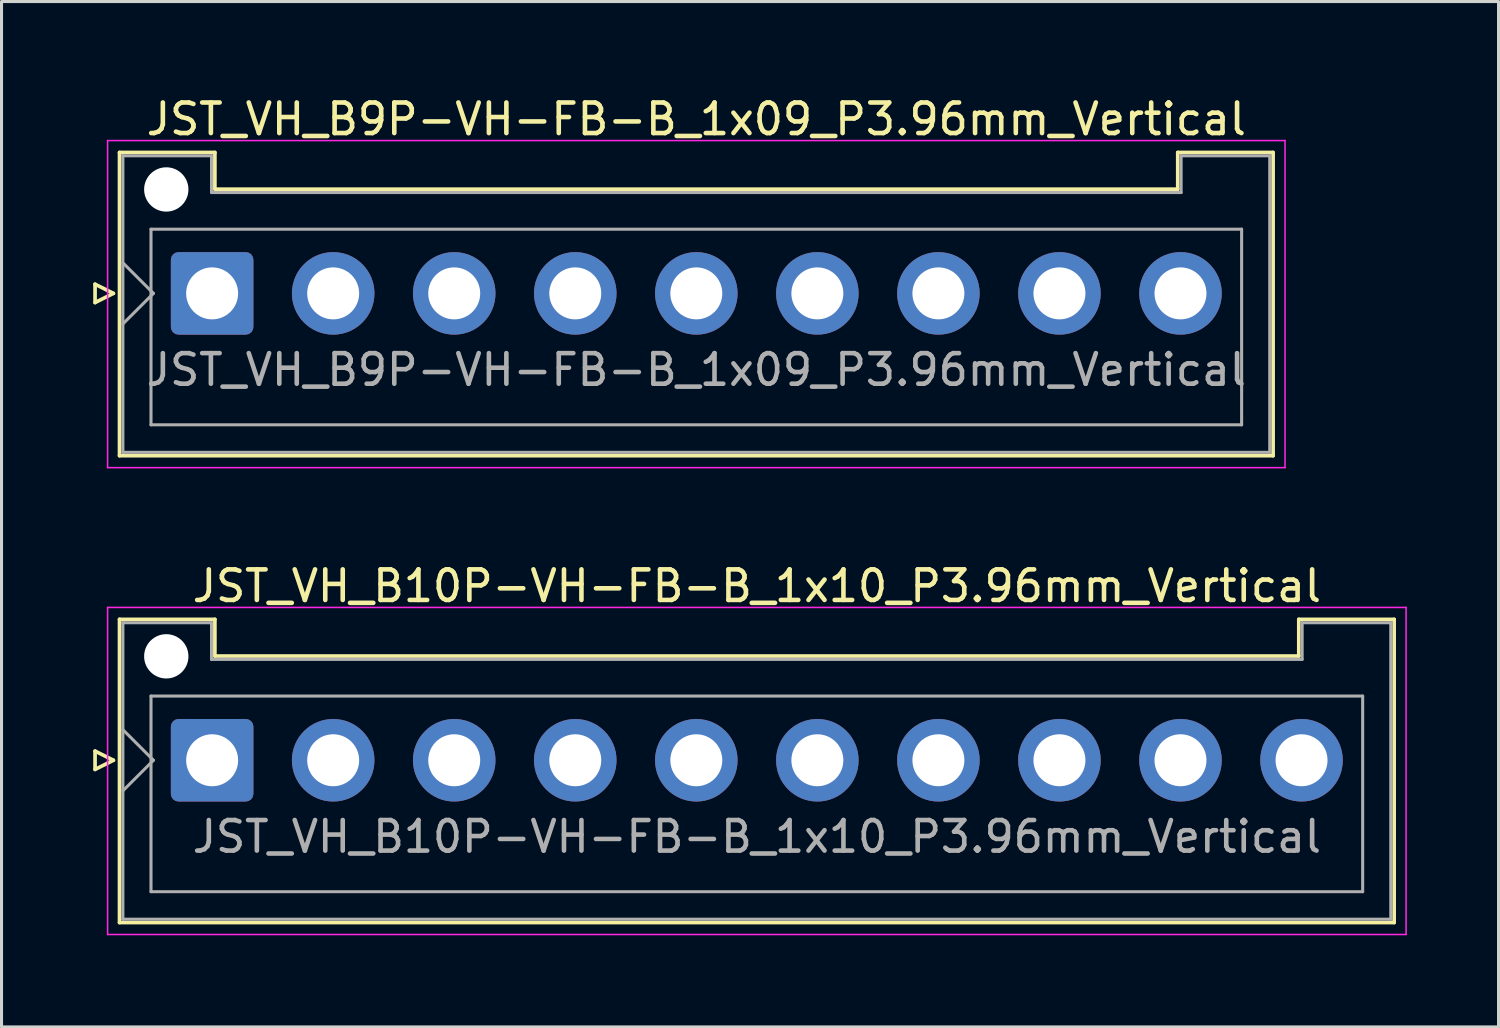
<source format=kicad_pcb>
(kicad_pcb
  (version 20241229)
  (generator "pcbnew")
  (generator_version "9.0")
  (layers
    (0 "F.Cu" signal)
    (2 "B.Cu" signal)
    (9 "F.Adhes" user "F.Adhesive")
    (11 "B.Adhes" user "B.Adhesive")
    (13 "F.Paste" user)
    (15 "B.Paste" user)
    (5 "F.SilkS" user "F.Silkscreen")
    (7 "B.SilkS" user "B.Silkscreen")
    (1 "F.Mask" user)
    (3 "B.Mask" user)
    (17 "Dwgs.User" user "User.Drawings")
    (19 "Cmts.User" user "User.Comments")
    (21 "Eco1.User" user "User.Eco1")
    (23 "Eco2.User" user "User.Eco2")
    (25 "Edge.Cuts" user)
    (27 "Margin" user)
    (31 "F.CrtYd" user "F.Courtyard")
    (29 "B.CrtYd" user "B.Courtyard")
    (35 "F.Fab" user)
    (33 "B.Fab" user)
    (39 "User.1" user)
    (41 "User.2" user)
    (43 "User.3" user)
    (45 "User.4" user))
  (footprint "JST_VH_B9P-VH-FB-B_1x09_P3.96mm_Vertical"
    (layer "F.Cu")
    (at 3.89 6.548)
    (property "Reference" "JST_VH_B9P-VH-FB-B_1x09_P3.96mm_Vertical" (at 15.84 -5.7 0) (layer "F.SilkS") (effects (font (size 1 1) (thickness 0.15))))
    (attr through_hole)
    (fp_line (start -3.83 -0.3) (end -3.23 0) (stroke (width 0.12) (type solid)) (layer "F.SilkS"))
    (fp_line (start -3.83 0.3) (end -3.83 -0.3) (stroke (width 0.12) (type solid)) (layer "F.SilkS"))
    (fp_line (start -3.23 0) (end -3.83 0.3) (stroke (width 0.12) (type solid)) (layer "F.SilkS"))
    (fp_line (start -3.03 -4.61) (end 0.09 -4.61) (stroke (width 0.12) (type solid)) (layer "F.SilkS"))
    (fp_line (start -3.03 5.31) (end -3.03 -4.61) (stroke (width 0.12) (type solid)) (layer "F.SilkS"))
    (fp_line (start 0.09 -4.61) (end 0.09 -3.41) (stroke (width 0.12) (type solid)) (layer "F.SilkS"))
    (fp_line (start 0.09 -3.41) (end 31.59 -3.41) (stroke (width 0.12) (type solid)) (layer "F.SilkS"))
    (fp_line (start 31.59 -4.61) (end 34.71 -4.61) (stroke (width 0.12) (type solid)) (layer "F.SilkS"))
    (fp_line (start 31.59 -3.41) (end 31.59 -4.61) (stroke (width 0.12) (type solid)) (layer "F.SilkS"))
    (fp_line (start 34.71 -4.61) (end 34.71 5.31) (stroke (width 0.12) (type solid)) (layer "F.SilkS"))
    (fp_line (start 34.71 5.31) (end -3.03 5.31) (stroke (width 0.12) (type solid)) (layer "F.SilkS"))
    (fp_line (start -3.42 -5) (end -3.42 5.7) (stroke (width 0.05) (type solid)) (layer "F.CrtYd"))
    (fp_line (start -3.42 5.7) (end 35.1 5.7) (stroke (width 0.05) (type solid)) (layer "F.CrtYd"))
    (fp_line (start 35.1 -5) (end -3.42 -5) (stroke (width 0.05) (type solid)) (layer "F.CrtYd"))
    (fp_line (start 35.1 5.7) (end 35.1 -5) (stroke (width 0.05) (type solid)) (layer "F.CrtYd"))
    (fp_line (start -2.92 -4.5) (end -0.02 -4.5) (stroke (width 0.1) (type solid)) (layer "F.Fab"))
    (fp_line (start -2.92 -1) (end -1.92 0) (stroke (width 0.1) (type solid)) (layer "F.Fab"))
    (fp_line (start -2.92 1) (end -1.92 0) (stroke (width 0.1) (type solid)) (layer "F.Fab"))
    (fp_line (start -2.92 5.2) (end -2.92 -4.5) (stroke (width 0.1) (type solid)) (layer "F.Fab"))
    (fp_line (start -2 -2.1) (end 33.68 -2.1) (stroke (width 0.1) (type solid)) (layer "F.Fab"))
    (fp_line (start -2 4.3) (end -2 -2.1) (stroke (width 0.1) (type solid)) (layer "F.Fab"))
    (fp_line (start -0.02 -4.5) (end -0.02 -3.3) (stroke (width 0.1) (type solid)) (layer "F.Fab"))
    (fp_line (start -0.02 -3.3) (end 31.7 -3.3) (stroke (width 0.1) (type solid)) (layer "F.Fab"))
    (fp_line (start 31.7 -4.5) (end 34.6 -4.5) (stroke (width 0.1) (type solid)) (layer "F.Fab"))
    (fp_line (start 31.7 -3.3) (end 31.7 -4.5) (stroke (width 0.1) (type solid)) (layer "F.Fab"))
    (fp_line (start 33.68 -2.1) (end 33.68 4.3) (stroke (width 0.1) (type solid)) (layer "F.Fab"))
    (fp_line (start 33.68 4.3) (end -2 4.3) (stroke (width 0.1) (type solid)) (layer "F.Fab"))
    (fp_line (start 34.6 -4.5) (end 34.6 5.2) (stroke (width 0.1) (type solid)) (layer "F.Fab"))
    (fp_line (start 34.6 5.2) (end -2.92 5.2) (stroke (width 0.1) (type solid)) (layer "F.Fab"))
    (fp_text user "${REFERENCE}" (at 15.84 2.5 0) (layer "F.Fab") (effects (font (size 1 1) (thickness 0.15))))
    (pad "" np_thru_hole circle (at -1.5 -3.4) (size 1.45 1.45) (drill 1.45) (layers "*.Cu" "*.Mask"))
    (pad "1" thru_hole roundrect (at 0 0) (size 2.7 2.7) (drill 1.7) (layers "*.Cu" "*.Mask") (roundrect_rratio 0.093))
    (pad "2" thru_hole circle (at 3.96 0) (size 2.7 2.7) (drill 1.7) (layers "*.Cu" "*.Mask"))
    (pad "3" thru_hole circle (at 7.92 0) (size 2.7 2.7) (drill 1.7) (layers "*.Cu" "*.Mask"))
    (pad "4" thru_hole circle (at 11.88 0) (size 2.7 2.7) (drill 1.7) (layers "*.Cu" "*.Mask"))
    (pad "5" thru_hole circle (at 15.84 0) (size 2.7 2.7) (drill 1.7) (layers "*.Cu" "*.Mask"))
    (pad "6" thru_hole circle (at 19.8 0) (size 2.7 2.7) (drill 1.7) (layers "*.Cu" "*.Mask"))
    (pad "7" thru_hole circle (at 23.76 0) (size 2.7 2.7) (drill 1.7) (layers "*.Cu" "*.Mask"))
    (pad "8" thru_hole circle (at 27.72 0) (size 2.7 2.7) (drill 1.7) (layers "*.Cu" "*.Mask"))
    (pad "9" thru_hole circle (at 31.68 0) (size 2.7 2.7) (drill 1.7) (layers "*.Cu" "*.Mask")))
  (footprint "JST_VH_B10P-VH-FB-B_1x10_P3.96mm_Vertical"
    (layer "F.Cu")
    (at 3.89 21.822)
    (property "Reference" "JST_VH_B10P-VH-FB-B_1x10_P3.96mm_Vertical" (at 17.82 -5.7 0) (layer "F.SilkS") (effects (font (size 1 1) (thickness 0.15))))
    (attr through_hole)
    (fp_line (start -3.83 -0.3) (end -3.23 0) (stroke (width 0.12) (type solid)) (layer "F.SilkS"))
    (fp_line (start -3.83 0.3) (end -3.83 -0.3) (stroke (width 0.12) (type solid)) (layer "F.SilkS"))
    (fp_line (start -3.23 0) (end -3.83 0.3) (stroke (width 0.12) (type solid)) (layer "F.SilkS"))
    (fp_line (start -3.03 -4.61) (end 0.09 -4.61) (stroke (width 0.12) (type solid)) (layer "F.SilkS"))
    (fp_line (start -3.03 5.31) (end -3.03 -4.61) (stroke (width 0.12) (type solid)) (layer "F.SilkS"))
    (fp_line (start 0.09 -4.61) (end 0.09 -3.41) (stroke (width 0.12) (type solid)) (layer "F.SilkS"))
    (fp_line (start 0.09 -3.41) (end 35.55 -3.41) (stroke (width 0.12) (type solid)) (layer "F.SilkS"))
    (fp_line (start 35.55 -4.61) (end 38.67 -4.61) (stroke (width 0.12) (type solid)) (layer "F.SilkS"))
    (fp_line (start 35.55 -3.41) (end 35.55 -4.61) (stroke (width 0.12) (type solid)) (layer "F.SilkS"))
    (fp_line (start 38.67 -4.61) (end 38.67 5.31) (stroke (width 0.12) (type solid)) (layer "F.SilkS"))
    (fp_line (start 38.67 5.31) (end -3.03 5.31) (stroke (width 0.12) (type solid)) (layer "F.SilkS"))
    (fp_line (start -3.42 -5) (end -3.42 5.7) (stroke (width 0.05) (type solid)) (layer "F.CrtYd"))
    (fp_line (start -3.42 5.7) (end 39.06 5.7) (stroke (width 0.05) (type solid)) (layer "F.CrtYd"))
    (fp_line (start 39.06 -5) (end -3.42 -5) (stroke (width 0.05) (type solid)) (layer "F.CrtYd"))
    (fp_line (start 39.06 5.7) (end 39.06 -5) (stroke (width 0.05) (type solid)) (layer "F.CrtYd"))
    (fp_line (start -2.92 -4.5) (end -0.02 -4.5) (stroke (width 0.1) (type solid)) (layer "F.Fab"))
    (fp_line (start -2.92 -1) (end -1.92 0) (stroke (width 0.1) (type solid)) (layer "F.Fab"))
    (fp_line (start -2.92 1) (end -1.92 0) (stroke (width 0.1) (type solid)) (layer "F.Fab"))
    (fp_line (start -2.92 5.2) (end -2.92 -4.5) (stroke (width 0.1) (type solid)) (layer "F.Fab"))
    (fp_line (start -2 -2.1) (end 37.64 -2.1) (stroke (width 0.1) (type solid)) (layer "F.Fab"))
    (fp_line (start -2 4.3) (end -2 -2.1) (stroke (width 0.1) (type solid)) (layer "F.Fab"))
    (fp_line (start -0.02 -4.5) (end -0.02 -3.3) (stroke (width 0.1) (type solid)) (layer "F.Fab"))
    (fp_line (start -0.02 -3.3) (end 35.66 -3.3) (stroke (width 0.1) (type solid)) (layer "F.Fab"))
    (fp_line (start 35.66 -4.5) (end 38.56 -4.5) (stroke (width 0.1) (type solid)) (layer "F.Fab"))
    (fp_line (start 35.66 -3.3) (end 35.66 -4.5) (stroke (width 0.1) (type solid)) (layer "F.Fab"))
    (fp_line (start 37.64 -2.1) (end 37.64 4.3) (stroke (width 0.1) (type solid)) (layer "F.Fab"))
    (fp_line (start 37.64 4.3) (end -2 4.3) (stroke (width 0.1) (type solid)) (layer "F.Fab"))
    (fp_line (start 38.56 -4.5) (end 38.56 5.2) (stroke (width 0.1) (type solid)) (layer "F.Fab"))
    (fp_line (start 38.56 5.2) (end -2.92 5.2) (stroke (width 0.1) (type solid)) (layer "F.Fab"))
    (fp_text user "${REFERENCE}" (at 17.82 2.5 0) (layer "F.Fab") (effects (font (size 1 1) (thickness 0.15))))
    (pad "" np_thru_hole circle (at -1.5 -3.4) (size 1.45 1.45) (drill 1.45) (layers "*.Cu" "*.Mask"))
    (pad "1" thru_hole roundrect (at 0 0) (size 2.7 2.7) (drill 1.7) (layers "*.Cu" "*.Mask") (roundrect_rratio 0.093))
    (pad "2" thru_hole circle (at 3.96 0) (size 2.7 2.7) (drill 1.7) (layers "*.Cu" "*.Mask"))
    (pad "3" thru_hole circle (at 7.92 0) (size 2.7 2.7) (drill 1.7) (layers "*.Cu" "*.Mask"))
    (pad "4" thru_hole circle (at 11.88 0) (size 2.7 2.7) (drill 1.7) (layers "*.Cu" "*.Mask"))
    (pad "5" thru_hole circle (at 15.84 0) (size 2.7 2.7) (drill 1.7) (layers "*.Cu" "*.Mask"))
    (pad "6" thru_hole circle (at 19.8 0) (size 2.7 2.7) (drill 1.7) (layers "*.Cu" "*.Mask"))
    (pad "7" thru_hole circle (at 23.76 0) (size 2.7 2.7) (drill 1.7) (layers "*.Cu" "*.Mask"))
    (pad "8" thru_hole circle (at 27.72 0) (size 2.7 2.7) (drill 1.7) (layers "*.Cu" "*.Mask"))
    (pad "9" thru_hole circle (at 31.68 0) (size 2.7 2.7) (drill 1.7) (layers "*.Cu" "*.Mask"))
    (pad "10" thru_hole circle (at 35.64 0) (size 2.7 2.7) (drill 1.7) (layers "*.Cu" "*.Mask")))
  (gr_rect
    (start -3 -3)
    (end 45.975 30.547)
    (stroke (width 0.1) (type default))
    (fill no)
    (layer "Edge.Cuts")))
</source>
